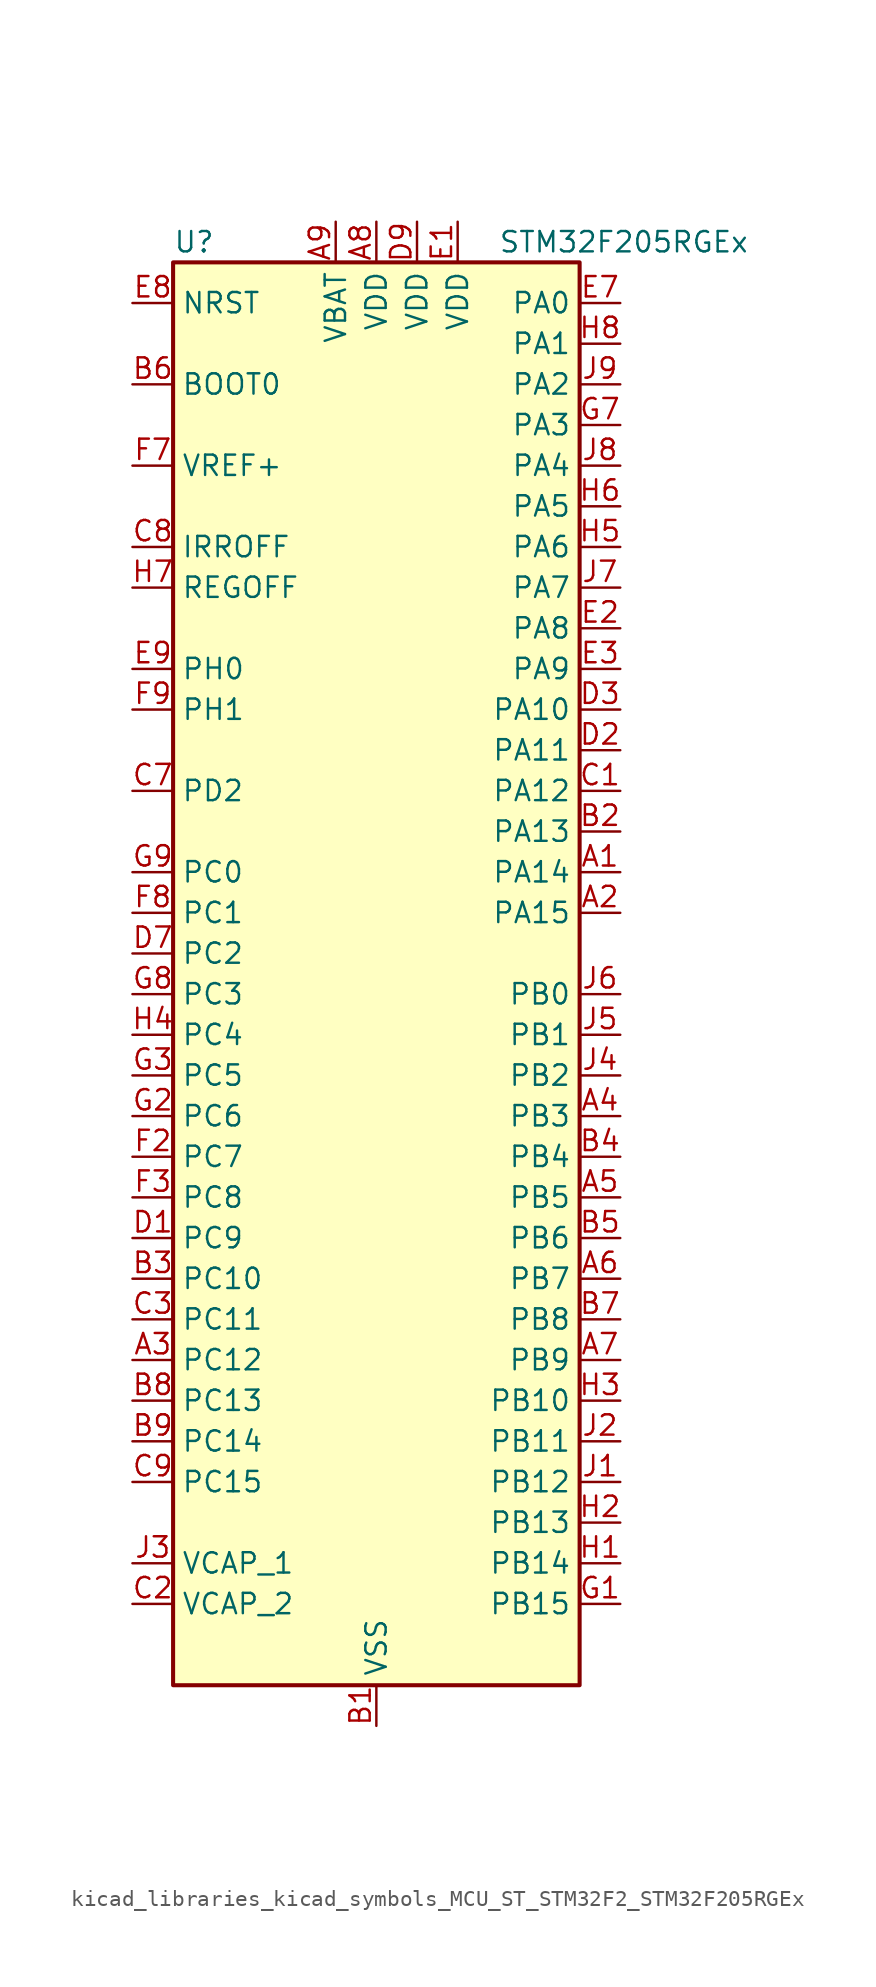
<source format=kicad_sym>
(kicad_symbol_lib
  (version 20220914)
  (generator kicad_symbol_editor)
  (symbol "kicad_libraries_kicad_symbols_MCU_ST_STM32F2_STM32F205RGEx"
    (property "Reference" "U"
      (at -12.7 46.99 0)
      (effects (font (size 1.27 1.27)) (justify left)))
    (property "Value" "STM32F205RGEx"
      (at 7.62 46.99 0)
      (effects (font (size 1.27 1.27)) (justify left)))
    (property "ki_locked" ""
      (at 0 0 0)
      (effects (font (size 1.27 1.27))))
    (symbol "kicad_libraries_kicad_symbols_MCU_ST_STM32F2_STM32F205RGEx_0_1"
      (rectangle (start -12.7 -43.18) (end 12.7 45.72) (stroke (width 0.254) (type default)) (fill (type background))))
    (symbol "kicad_libraries_kicad_symbols_MCU_ST_STM32F2_STM32F205RGEx_1_1"
      (pin bidirectional line (at 15.24 7.62 180) (length 2.54) (name "PA14" (effects (font (size 1.27 1.27)))) (number "A1" (effects (font (size 1.27 1.27)))) (alternate "SYS_JTCK-SWCLK" bidirectional line))
      (pin bidirectional line (at 15.24 5.08 180) (length 2.54) (name "PA15" (effects (font (size 1.27 1.27)))) (number "A2" (effects (font (size 1.27 1.27)))) (alternate "ADC1_EXTI15" bidirectional line) (alternate "ADC2_EXTI15" bidirectional line) (alternate "ADC3_EXTI15" bidirectional line) (alternate "I2S3_WS" bidirectional line) (alternate "SPI1_NSS" bidirectional line) (alternate "SPI3_NSS" bidirectional line) (alternate "SYS_JTDI" bidirectional line) (alternate "TIM2_CH1" bidirectional line) (alternate "TIM2_ETR" bidirectional line))
      (pin bidirectional line (at -15.24 -22.86 0) (length 2.54) (name "PC12" (effects (font (size 1.27 1.27)))) (number "A3" (effects (font (size 1.27 1.27)))) (alternate "I2S3_SD" bidirectional line) (alternate "SDIO_CK" bidirectional line) (alternate "SPI3_MOSI" bidirectional line) (alternate "UART5_TX" bidirectional line) (alternate "USART3_CK" bidirectional line))
      (pin bidirectional line (at 15.24 -7.62 180) (length 2.54) (name "PB3" (effects (font (size 1.27 1.27)))) (number "A4" (effects (font (size 1.27 1.27)))) (alternate "I2S3_SCK" bidirectional line) (alternate "SPI1_SCK" bidirectional line) (alternate "SPI3_SCK" bidirectional line) (alternate "SYS_JTDO-SWO" bidirectional line) (alternate "TIM2_CH2" bidirectional line))
      (pin bidirectional line (at 15.24 -12.7 180) (length 2.54) (name "PB5" (effects (font (size 1.27 1.27)))) (number "A5" (effects (font (size 1.27 1.27)))) (alternate "CAN2_RX" bidirectional line) (alternate "I2C1_SMBA" bidirectional line) (alternate "I2S3_SD" bidirectional line) (alternate "SPI1_MOSI" bidirectional line) (alternate "SPI3_MOSI" bidirectional line) (alternate "TIM3_CH2" bidirectional line) (alternate "USB_OTG_HS_ULPI_D7" bidirectional line))
      (pin bidirectional line (at 15.24 -17.78 180) (length 2.54) (name "PB7" (effects (font (size 1.27 1.27)))) (number "A6" (effects (font (size 1.27 1.27)))) (alternate "I2C1_SDA" bidirectional line) (alternate "TIM4_CH2" bidirectional line) (alternate "USART1_RX" bidirectional line))
      (pin bidirectional line (at 15.24 -22.86 180) (length 2.54) (name "PB9" (effects (font (size 1.27 1.27)))) (number "A7" (effects (font (size 1.27 1.27)))) (alternate "CAN1_TX" bidirectional line) (alternate "DAC_EXTI9" bidirectional line) (alternate "I2C1_SDA" bidirectional line) (alternate "I2S2_WS" bidirectional line) (alternate "SDIO_D5" bidirectional line) (alternate "SPI2_NSS" bidirectional line) (alternate "TIM11_CH1" bidirectional line) (alternate "TIM4_CH4" bidirectional line))
      (pin power_in line (at 0 48.26 270) (length 2.54) (name "VDD" (effects (font (size 1.27 1.27)))) (number "A8" (effects (font (size 1.27 1.27)))))
      (pin power_in line (at -2.54 48.26 270) (length 2.54) (name "VBAT" (effects (font (size 1.27 1.27)))) (number "A9" (effects (font (size 1.27 1.27)))))
      (pin power_in line (at 0 -45.72 90) (length 2.54) (name "VSS" (effects (font (size 1.27 1.27)))) (number "B1" (effects (font (size 1.27 1.27)))))
      (pin bidirectional line (at 15.24 10.16 180) (length 2.54) (name "PA13" (effects (font (size 1.27 1.27)))) (number "B2" (effects (font (size 1.27 1.27)))) (alternate "SYS_JTMS-SWDIO" bidirectional line))
      (pin bidirectional line (at -15.24 -17.78 0) (length 2.54) (name "PC10" (effects (font (size 1.27 1.27)))) (number "B3" (effects (font (size 1.27 1.27)))) (alternate "I2S3_SCK" bidirectional line) (alternate "SDIO_D2" bidirectional line) (alternate "SPI3_SCK" bidirectional line) (alternate "UART4_TX" bidirectional line) (alternate "USART3_TX" bidirectional line))
      (pin bidirectional line (at 15.24 -10.16 180) (length 2.54) (name "PB4" (effects (font (size 1.27 1.27)))) (number "B4" (effects (font (size 1.27 1.27)))) (alternate "SPI1_MISO" bidirectional line) (alternate "SPI3_MISO" bidirectional line) (alternate "SYS_JTRST" bidirectional line) (alternate "TIM3_CH1" bidirectional line))
      (pin bidirectional line (at 15.24 -15.24 180) (length 2.54) (name "PB6" (effects (font (size 1.27 1.27)))) (number "B5" (effects (font (size 1.27 1.27)))) (alternate "CAN2_TX" bidirectional line) (alternate "I2C1_SCL" bidirectional line) (alternate "TIM4_CH1" bidirectional line) (alternate "USART1_TX" bidirectional line))
      (pin input line (at -15.24 38.1 0) (length 2.54) (name "BOOT0" (effects (font (size 1.27 1.27)))) (number "B6" (effects (font (size 1.27 1.27)))))
      (pin bidirectional line (at 15.24 -20.32 180) (length 2.54) (name "PB8" (effects (font (size 1.27 1.27)))) (number "B7" (effects (font (size 1.27 1.27)))) (alternate "CAN1_RX" bidirectional line) (alternate "I2C1_SCL" bidirectional line) (alternate "SDIO_D4" bidirectional line) (alternate "TIM10_CH1" bidirectional line) (alternate "TIM4_CH3" bidirectional line))
      (pin bidirectional line (at -15.24 -25.4 0) (length 2.54) (name "PC13" (effects (font (size 1.27 1.27)))) (number "B8" (effects (font (size 1.27 1.27)))) (alternate "RTC_AF1" bidirectional line))
      (pin bidirectional line (at -15.24 -27.94 0) (length 2.54) (name "PC14" (effects (font (size 1.27 1.27)))) (number "B9" (effects (font (size 1.27 1.27)))) (alternate "RCC_OSC32_IN" bidirectional line))
      (pin bidirectional line (at 15.24 12.7 180) (length 2.54) (name "PA12" (effects (font (size 1.27 1.27)))) (number "C1" (effects (font (size 1.27 1.27)))) (alternate "CAN1_TX" bidirectional line) (alternate "TIM1_ETR" bidirectional line) (alternate "USART1_RTS" bidirectional line) (alternate "USB_OTG_FS_DP" bidirectional line))
      (pin power_out line (at -15.24 -38.1 0) (length 2.54) (name "VCAP_2" (effects (font (size 1.27 1.27)))) (number "C2" (effects (font (size 1.27 1.27)))))
      (pin bidirectional line (at -15.24 -20.32 0) (length 2.54) (name "PC11" (effects (font (size 1.27 1.27)))) (number "C3" (effects (font (size 1.27 1.27)))) (alternate "ADC1_EXTI11" bidirectional line) (alternate "ADC2_EXTI11" bidirectional line) (alternate "ADC3_EXTI11" bidirectional line) (alternate "SDIO_D3" bidirectional line) (alternate "SPI3_MISO" bidirectional line) (alternate "UART4_RX" bidirectional line) (alternate "USART3_RX" bidirectional line))
      (pin bidirectional line (at -15.24 12.7 0) (length 2.54) (name "PD2" (effects (font (size 1.27 1.27)))) (number "C7" (effects (font (size 1.27 1.27)))) (alternate "SDIO_CMD" bidirectional line) (alternate "TIM3_ETR" bidirectional line) (alternate "UART5_RX" bidirectional line))
      (pin input line (at -15.24 27.94 0) (length 2.54) (name "IRROFF" (effects (font (size 1.27 1.27)))) (number "C8" (effects (font (size 1.27 1.27)))))
      (pin bidirectional line (at -15.24 -30.48 0) (length 2.54) (name "PC15" (effects (font (size 1.27 1.27)))) (number "C9" (effects (font (size 1.27 1.27)))) (alternate "ADC1_EXTI15" bidirectional line) (alternate "ADC2_EXTI15" bidirectional line) (alternate "ADC3_EXTI15" bidirectional line) (alternate "RCC_OSC32_OUT" bidirectional line))
      (pin bidirectional line (at -15.24 -15.24 0) (length 2.54) (name "PC9" (effects (font (size 1.27 1.27)))) (number "D1" (effects (font (size 1.27 1.27)))) (alternate "DAC_EXTI9" bidirectional line) (alternate "I2C3_SDA" bidirectional line) (alternate "I2S_CKIN" bidirectional line) (alternate "RCC_MCO_2" bidirectional line) (alternate "SDIO_D1" bidirectional line) (alternate "TIM3_CH4" bidirectional line) (alternate "TIM8_CH4" bidirectional line))
      (pin bidirectional line (at 15.24 15.24 180) (length 2.54) (name "PA11" (effects (font (size 1.27 1.27)))) (number "D2" (effects (font (size 1.27 1.27)))) (alternate "ADC1_EXTI11" bidirectional line) (alternate "ADC2_EXTI11" bidirectional line) (alternate "ADC3_EXTI11" bidirectional line) (alternate "CAN1_RX" bidirectional line) (alternate "TIM1_CH4" bidirectional line) (alternate "USART1_CTS" bidirectional line) (alternate "USB_OTG_FS_DM" bidirectional line))
      (pin bidirectional line (at 15.24 17.78 180) (length 2.54) (name "PA10" (effects (font (size 1.27 1.27)))) (number "D3" (effects (font (size 1.27 1.27)))) (alternate "TIM1_CH3" bidirectional line) (alternate "USART1_RX" bidirectional line) (alternate "USB_OTG_FS_ID" bidirectional line))
      (pin bidirectional line (at -15.24 2.54 0) (length 2.54) (name "PC2" (effects (font (size 1.27 1.27)))) (number "D7" (effects (font (size 1.27 1.27)))) (alternate "ADC1_IN12" bidirectional line) (alternate "ADC2_IN12" bidirectional line) (alternate "ADC3_IN12" bidirectional line) (alternate "SPI2_MISO" bidirectional line) (alternate "USB_OTG_HS_ULPI_DIR" bidirectional line))
      (pin passive line (at 0 -45.72 90) (length 2.54) hide (name "VSS" (effects (font (size 1.27 1.27)))) (number "D8" (effects (font (size 1.27 1.27)))))
      (pin power_in line (at 2.54 48.26 270) (length 2.54) (name "VDD" (effects (font (size 1.27 1.27)))) (number "D9" (effects (font (size 1.27 1.27)))))
      (pin power_in line (at 5.08 48.26 270) (length 2.54) (name "VDD" (effects (font (size 1.27 1.27)))) (number "E1" (effects (font (size 1.27 1.27)))))
      (pin bidirectional line (at 15.24 22.86 180) (length 2.54) (name "PA8" (effects (font (size 1.27 1.27)))) (number "E2" (effects (font (size 1.27 1.27)))) (alternate "I2C3_SCL" bidirectional line) (alternate "RCC_MCO_1" bidirectional line) (alternate "TIM1_CH1" bidirectional line) (alternate "USART1_CK" bidirectional line) (alternate "USB_OTG_FS_SOF" bidirectional line))
      (pin bidirectional line (at 15.24 20.32 180) (length 2.54) (name "PA9" (effects (font (size 1.27 1.27)))) (number "E3" (effects (font (size 1.27 1.27)))) (alternate "DAC_EXTI9" bidirectional line) (alternate "I2C3_SMBA" bidirectional line) (alternate "TIM1_CH2" bidirectional line) (alternate "USART1_TX" bidirectional line) (alternate "USB_OTG_FS_VBUS" bidirectional line))
      (pin bidirectional line (at 15.24 43.18 180) (length 2.54) (name "PA0" (effects (font (size 1.27 1.27)))) (number "E7" (effects (font (size 1.27 1.27)))) (alternate "ADC1_IN0" bidirectional line) (alternate "ADC2_IN0" bidirectional line) (alternate "ADC3_IN0" bidirectional line) (alternate "SYS_WKUP" bidirectional line) (alternate "TIM2_CH1" bidirectional line) (alternate "TIM2_ETR" bidirectional line) (alternate "TIM5_CH1" bidirectional line) (alternate "TIM8_ETR" bidirectional line) (alternate "UART4_TX" bidirectional line) (alternate "USART2_CTS" bidirectional line))
      (pin input line (at -15.24 43.18 0) (length 2.54) (name "NRST" (effects (font (size 1.27 1.27)))) (number "E8" (effects (font (size 1.27 1.27)))))
      (pin bidirectional line (at -15.24 20.32 0) (length 2.54) (name "PH0" (effects (font (size 1.27 1.27)))) (number "E9" (effects (font (size 1.27 1.27)))) (alternate "RCC_OSC_IN" bidirectional line))
      (pin passive line (at 0 -45.72 90) (length 2.54) hide (name "VSS" (effects (font (size 1.27 1.27)))) (number "F1" (effects (font (size 1.27 1.27)))))
      (pin bidirectional line (at -15.24 -10.16 0) (length 2.54) (name "PC7" (effects (font (size 1.27 1.27)))) (number "F2" (effects (font (size 1.27 1.27)))) (alternate "I2S3_MCK" bidirectional line) (alternate "SDIO_D7" bidirectional line) (alternate "TIM3_CH2" bidirectional line) (alternate "TIM8_CH2" bidirectional line) (alternate "USART6_RX" bidirectional line))
      (pin bidirectional line (at -15.24 -12.7 0) (length 2.54) (name "PC8" (effects (font (size 1.27 1.27)))) (number "F3" (effects (font (size 1.27 1.27)))) (alternate "SDIO_D0" bidirectional line) (alternate "TIM3_CH3" bidirectional line) (alternate "TIM8_CH3" bidirectional line) (alternate "USART6_CK" bidirectional line))
      (pin input line (at -15.24 33.02 0) (length 2.54) (name "VREF+" (effects (font (size 1.27 1.27)))) (number "F7" (effects (font (size 1.27 1.27)))))
      (pin bidirectional line (at -15.24 5.08 0) (length 2.54) (name "PC1" (effects (font (size 1.27 1.27)))) (number "F8" (effects (font (size 1.27 1.27)))) (alternate "ADC1_IN11" bidirectional line) (alternate "ADC2_IN11" bidirectional line) (alternate "ADC3_IN11" bidirectional line))
      (pin bidirectional line (at -15.24 17.78 0) (length 2.54) (name "PH1" (effects (font (size 1.27 1.27)))) (number "F9" (effects (font (size 1.27 1.27)))) (alternate "RCC_OSC_OUT" bidirectional line))
      (pin bidirectional line (at 15.24 -38.1 180) (length 2.54) (name "PB15" (effects (font (size 1.27 1.27)))) (number "G1" (effects (font (size 1.27 1.27)))) (alternate "ADC1_EXTI15" bidirectional line) (alternate "ADC2_EXTI15" bidirectional line) (alternate "ADC3_EXTI15" bidirectional line) (alternate "I2S2_SD" bidirectional line) (alternate "RTC_REFIN" bidirectional line) (alternate "SPI2_MOSI" bidirectional line) (alternate "TIM12_CH2" bidirectional line) (alternate "TIM1_CH3N" bidirectional line) (alternate "TIM8_CH3N" bidirectional line) (alternate "USB_OTG_HS_DP" bidirectional line))
      (pin bidirectional line (at -15.24 -7.62 0) (length 2.54) (name "PC6" (effects (font (size 1.27 1.27)))) (number "G2" (effects (font (size 1.27 1.27)))) (alternate "I2S2_MCK" bidirectional line) (alternate "SDIO_D6" bidirectional line) (alternate "TIM3_CH1" bidirectional line) (alternate "TIM8_CH1" bidirectional line) (alternate "USART6_TX" bidirectional line))
      (pin bidirectional line (at -15.24 -5.08 0) (length 2.54) (name "PC5" (effects (font (size 1.27 1.27)))) (number "G3" (effects (font (size 1.27 1.27)))) (alternate "ADC1_IN15" bidirectional line) (alternate "ADC2_IN15" bidirectional line))
      (pin bidirectional line (at 15.24 35.56 180) (length 2.54) (name "PA3" (effects (font (size 1.27 1.27)))) (number "G7" (effects (font (size 1.27 1.27)))) (alternate "ADC1_IN3" bidirectional line) (alternate "ADC2_IN3" bidirectional line) (alternate "ADC3_IN3" bidirectional line) (alternate "TIM2_CH4" bidirectional line) (alternate "TIM5_CH4" bidirectional line) (alternate "TIM9_CH2" bidirectional line) (alternate "USART2_RX" bidirectional line) (alternate "USB_OTG_HS_ULPI_D0" bidirectional line))
      (pin bidirectional line (at -15.24 0 0) (length 2.54) (name "PC3" (effects (font (size 1.27 1.27)))) (number "G8" (effects (font (size 1.27 1.27)))) (alternate "ADC1_IN13" bidirectional line) (alternate "ADC2_IN13" bidirectional line) (alternate "ADC3_IN13" bidirectional line) (alternate "I2S2_SD" bidirectional line) (alternate "SPI2_MOSI" bidirectional line) (alternate "USB_OTG_HS_ULPI_NXT" bidirectional line))
      (pin bidirectional line (at -15.24 7.62 0) (length 2.54) (name "PC0" (effects (font (size 1.27 1.27)))) (number "G9" (effects (font (size 1.27 1.27)))) (alternate "ADC1_IN10" bidirectional line) (alternate "ADC2_IN10" bidirectional line) (alternate "ADC3_IN10" bidirectional line) (alternate "USB_OTG_HS_ULPI_STP" bidirectional line))
      (pin bidirectional line (at 15.24 -35.56 180) (length 2.54) (name "PB14" (effects (font (size 1.27 1.27)))) (number "H1" (effects (font (size 1.27 1.27)))) (alternate "SPI2_MISO" bidirectional line) (alternate "TIM12_CH1" bidirectional line) (alternate "TIM1_CH2N" bidirectional line) (alternate "TIM8_CH2N" bidirectional line) (alternate "USART3_RTS" bidirectional line) (alternate "USB_OTG_HS_DM" bidirectional line))
      (pin bidirectional line (at 15.24 -33.02 180) (length 2.54) (name "PB13" (effects (font (size 1.27 1.27)))) (number "H2" (effects (font (size 1.27 1.27)))) (alternate "CAN2_TX" bidirectional line) (alternate "I2S2_SCK" bidirectional line) (alternate "SPI2_SCK" bidirectional line) (alternate "TIM1_CH1N" bidirectional line) (alternate "USART3_CTS" bidirectional line) (alternate "USB_OTG_HS_ULPI_D6" bidirectional line) (alternate "USB_OTG_HS_VBUS" bidirectional line))
      (pin bidirectional line (at 15.24 -25.4 180) (length 2.54) (name "PB10" (effects (font (size 1.27 1.27)))) (number "H3" (effects (font (size 1.27 1.27)))) (alternate "I2C2_SCL" bidirectional line) (alternate "I2S2_SCK" bidirectional line) (alternate "SPI2_SCK" bidirectional line) (alternate "TIM2_CH3" bidirectional line) (alternate "USART3_TX" bidirectional line) (alternate "USB_OTG_HS_ULPI_D3" bidirectional line))
      (pin bidirectional line (at -15.24 -2.54 0) (length 2.54) (name "PC4" (effects (font (size 1.27 1.27)))) (number "H4" (effects (font (size 1.27 1.27)))) (alternate "ADC1_IN14" bidirectional line) (alternate "ADC2_IN14" bidirectional line))
      (pin bidirectional line (at 15.24 27.94 180) (length 2.54) (name "PA6" (effects (font (size 1.27 1.27)))) (number "H5" (effects (font (size 1.27 1.27)))) (alternate "ADC1_IN6" bidirectional line) (alternate "ADC2_IN6" bidirectional line) (alternate "SPI1_MISO" bidirectional line) (alternate "TIM13_CH1" bidirectional line) (alternate "TIM1_BKIN" bidirectional line) (alternate "TIM3_CH1" bidirectional line) (alternate "TIM8_BKIN" bidirectional line))
      (pin bidirectional line (at 15.24 30.48 180) (length 2.54) (name "PA5" (effects (font (size 1.27 1.27)))) (number "H6" (effects (font (size 1.27 1.27)))) (alternate "ADC1_IN5" bidirectional line) (alternate "ADC2_IN5" bidirectional line) (alternate "DAC_OUT2" bidirectional line) (alternate "SPI1_SCK" bidirectional line) (alternate "TIM2_CH1" bidirectional line) (alternate "TIM2_ETR" bidirectional line) (alternate "TIM8_CH1N" bidirectional line) (alternate "USB_OTG_HS_ULPI_CK" bidirectional line))
      (pin input line (at -15.24 25.4 0) (length 2.54) (name "REGOFF" (effects (font (size 1.27 1.27)))) (number "H7" (effects (font (size 1.27 1.27)))))
      (pin bidirectional line (at 15.24 40.64 180) (length 2.54) (name "PA1" (effects (font (size 1.27 1.27)))) (number "H8" (effects (font (size 1.27 1.27)))) (alternate "ADC1_IN1" bidirectional line) (alternate "ADC2_IN1" bidirectional line) (alternate "ADC3_IN1" bidirectional line) (alternate "TIM2_CH2" bidirectional line) (alternate "TIM5_CH2" bidirectional line) (alternate "UART4_RX" bidirectional line) (alternate "USART2_RTS" bidirectional line))
      (pin passive line (at 0 -45.72 90) (length 2.54) hide (name "VSS" (effects (font (size 1.27 1.27)))) (number "H9" (effects (font (size 1.27 1.27)))))
      (pin bidirectional line (at 15.24 -30.48 180) (length 2.54) (name "PB12" (effects (font (size 1.27 1.27)))) (number "J1" (effects (font (size 1.27 1.27)))) (alternate "CAN2_RX" bidirectional line) (alternate "I2C2_SMBA" bidirectional line) (alternate "I2S2_WS" bidirectional line) (alternate "SPI2_NSS" bidirectional line) (alternate "TIM1_BKIN" bidirectional line) (alternate "USART3_CK" bidirectional line) (alternate "USB_OTG_HS_ID" bidirectional line) (alternate "USB_OTG_HS_ULPI_D5" bidirectional line))
      (pin bidirectional line (at 15.24 -27.94 180) (length 2.54) (name "PB11" (effects (font (size 1.27 1.27)))) (number "J2" (effects (font (size 1.27 1.27)))) (alternate "ADC1_EXTI11" bidirectional line) (alternate "ADC2_EXTI11" bidirectional line) (alternate "ADC3_EXTI11" bidirectional line) (alternate "I2C2_SDA" bidirectional line) (alternate "TIM2_CH4" bidirectional line) (alternate "USART3_RX" bidirectional line) (alternate "USB_OTG_HS_ULPI_D4" bidirectional line))
      (pin power_out line (at -15.24 -35.56 0) (length 2.54) (name "VCAP_1" (effects (font (size 1.27 1.27)))) (number "J3" (effects (font (size 1.27 1.27)))))
      (pin bidirectional line (at 15.24 -5.08 180) (length 2.54) (name "PB2" (effects (font (size 1.27 1.27)))) (number "J4" (effects (font (size 1.27 1.27)))))
      (pin bidirectional line (at 15.24 -2.54 180) (length 2.54) (name "PB1" (effects (font (size 1.27 1.27)))) (number "J5" (effects (font (size 1.27 1.27)))) (alternate "ADC1_IN9" bidirectional line) (alternate "ADC2_IN9" bidirectional line) (alternate "TIM1_CH3N" bidirectional line) (alternate "TIM3_CH4" bidirectional line) (alternate "TIM8_CH3N" bidirectional line) (alternate "USB_OTG_HS_ULPI_D2" bidirectional line))
      (pin bidirectional line (at 15.24 0 180) (length 2.54) (name "PB0" (effects (font (size 1.27 1.27)))) (number "J6" (effects (font (size 1.27 1.27)))) (alternate "ADC1_IN8" bidirectional line) (alternate "ADC2_IN8" bidirectional line) (alternate "TIM1_CH2N" bidirectional line) (alternate "TIM3_CH3" bidirectional line) (alternate "TIM8_CH2N" bidirectional line) (alternate "USB_OTG_HS_ULPI_D1" bidirectional line))
      (pin bidirectional line (at 15.24 25.4 180) (length 2.54) (name "PA7" (effects (font (size 1.27 1.27)))) (number "J7" (effects (font (size 1.27 1.27)))) (alternate "ADC1_IN7" bidirectional line) (alternate "ADC2_IN7" bidirectional line) (alternate "SPI1_MOSI" bidirectional line) (alternate "TIM14_CH1" bidirectional line) (alternate "TIM1_CH1N" bidirectional line) (alternate "TIM3_CH2" bidirectional line) (alternate "TIM8_CH1N" bidirectional line))
      (pin bidirectional line (at 15.24 33.02 180) (length 2.54) (name "PA4" (effects (font (size 1.27 1.27)))) (number "J8" (effects (font (size 1.27 1.27)))) (alternate "ADC1_IN4" bidirectional line) (alternate "ADC2_IN4" bidirectional line) (alternate "DAC_OUT1" bidirectional line) (alternate "I2S3_WS" bidirectional line) (alternate "SPI1_NSS" bidirectional line) (alternate "SPI3_NSS" bidirectional line) (alternate "USART2_CK" bidirectional line) (alternate "USB_OTG_HS_SOF" bidirectional line))
      (pin bidirectional line (at 15.24 38.1 180) (length 2.54) (name "PA2" (effects (font (size 1.27 1.27)))) (number "J9" (effects (font (size 1.27 1.27)))) (alternate "ADC1_IN2" bidirectional line) (alternate "ADC2_IN2" bidirectional line) (alternate "ADC3_IN2" bidirectional line) (alternate "TIM2_CH3" bidirectional line) (alternate "TIM5_CH3" bidirectional line) (alternate "TIM9_CH1" bidirectional line) (alternate "USART2_TX" bidirectional line)))))
</source>
